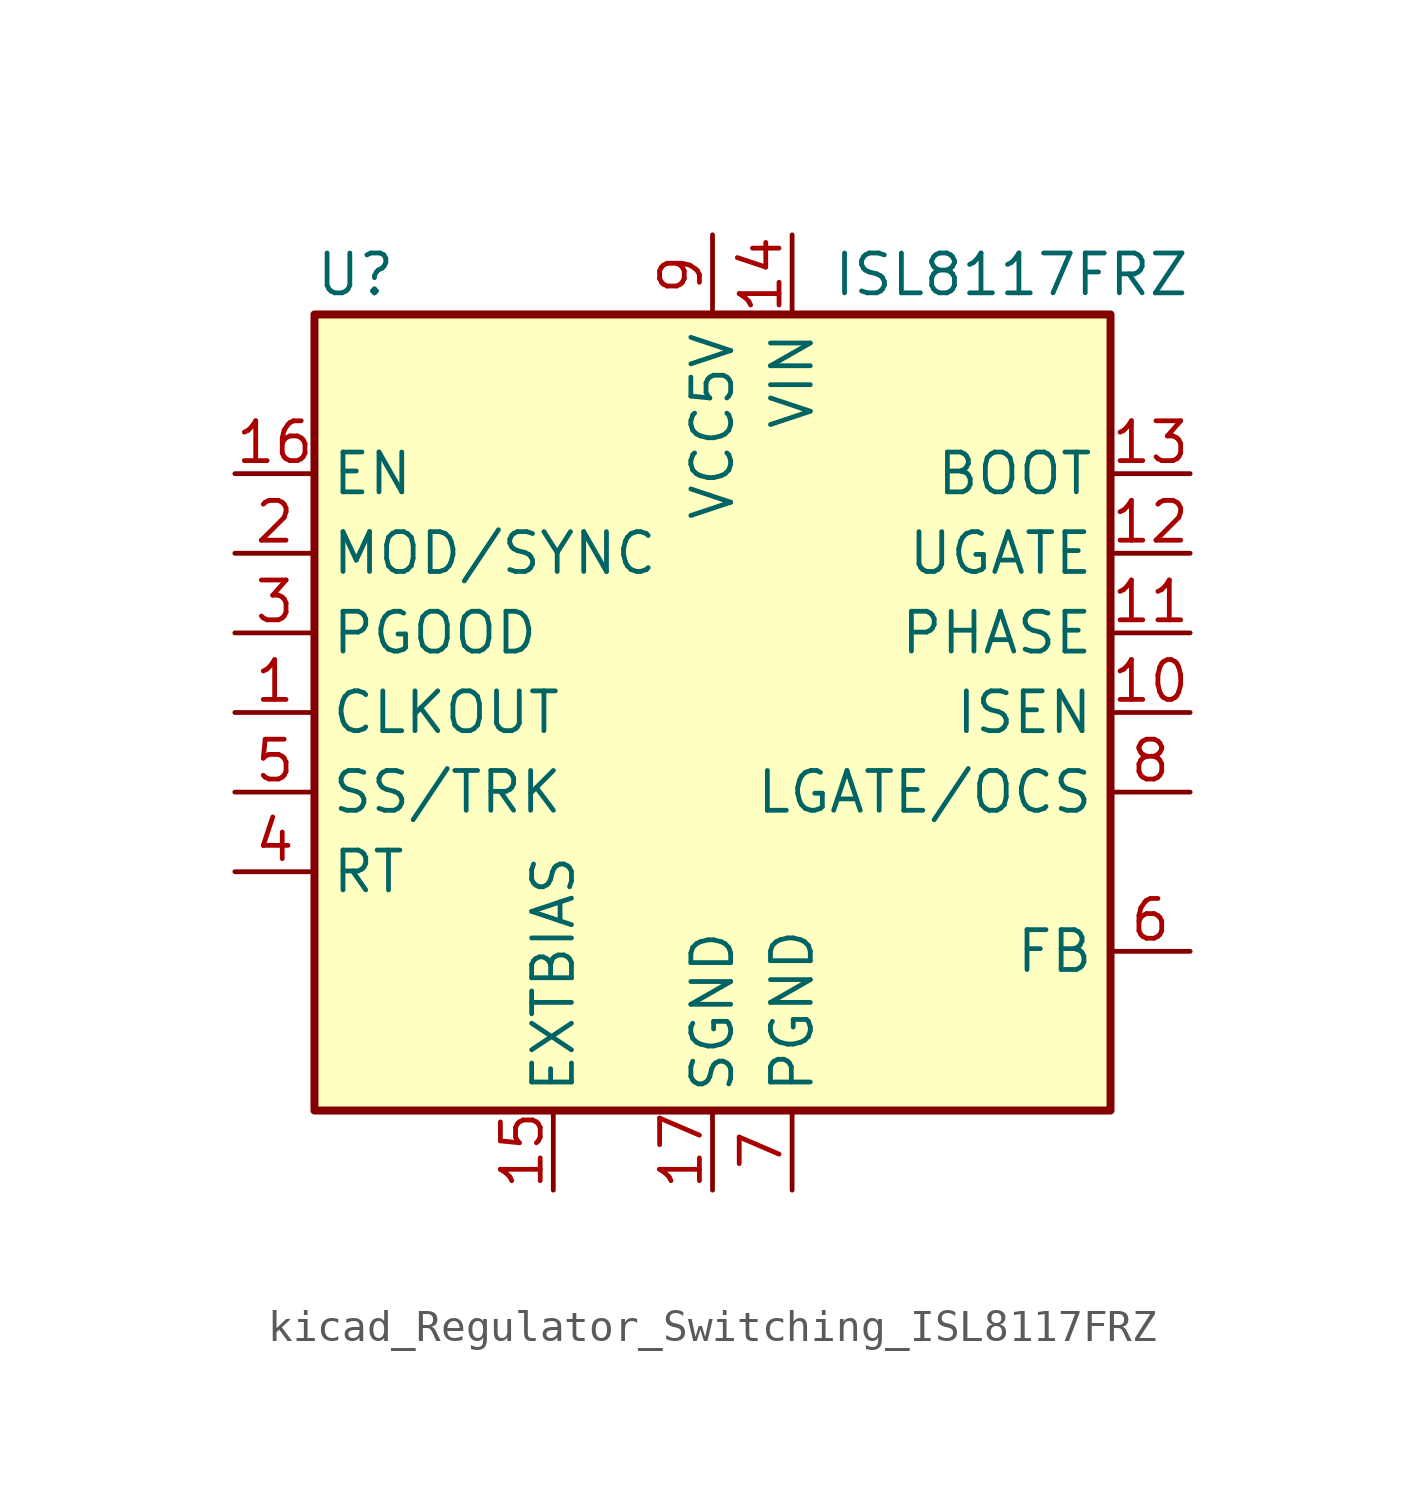
<source format=kicad_sym>
(kicad_symbol_lib
  (version 20220914)
  (generator kicad_symbol_editor)
  (symbol "kicad_Regulator_Switching_ISL8117FRZ"
    (property "Reference" "U"
      (at -12.7 13.97 0)
      (effects (font (size 1.27 1.27)) (justify left)))
    (property "Value" "ISL8117FRZ"
      (at 3.81 13.97 0)
      (effects (font (size 1.27 1.27)) (justify left)))
    (symbol "kicad_Regulator_Switching_ISL8117FRZ_0_1"
      (rectangle (start -12.7 12.7) (end 12.7 -12.7) (stroke (width 0.254) (type default)) (fill (type background))))
    (symbol "kicad_Regulator_Switching_ISL8117FRZ_1_1"
      (pin input line (at -15.24 0 0) (length 2.54) (name "CLKOUT" (effects (font (size 1.27 1.27)))) (number "1" (effects (font (size 1.27 1.27)))))
      (pin input line (at 15.24 0 180) (length 2.54) (name "ISEN" (effects (font (size 1.27 1.27)))) (number "10" (effects (font (size 1.27 1.27)))))
      (pin input line (at 15.24 2.54 180) (length 2.54) (name "PHASE" (effects (font (size 1.27 1.27)))) (number "11" (effects (font (size 1.27 1.27)))))
      (pin output line (at 15.24 5.08 180) (length 2.54) (name "UGATE" (effects (font (size 1.27 1.27)))) (number "12" (effects (font (size 1.27 1.27)))))
      (pin input line (at 15.24 7.62 180) (length 2.54) (name "BOOT" (effects (font (size 1.27 1.27)))) (number "13" (effects (font (size 1.27 1.27)))))
      (pin power_in line (at 2.54 15.24 270) (length 2.54) (name "VIN" (effects (font (size 1.27 1.27)))) (number "14" (effects (font (size 1.27 1.27)))))
      (pin input line (at -5.08 -15.24 90) (length 2.54) (name "EXTBIAS" (effects (font (size 1.27 1.27)))) (number "15" (effects (font (size 1.27 1.27)))))
      (pin input line (at -15.24 7.62 0) (length 2.54) (name "EN" (effects (font (size 1.27 1.27)))) (number "16" (effects (font (size 1.27 1.27)))))
      (pin power_in line (at 0 -15.24 90) (length 2.54) (name "SGND" (effects (font (size 1.27 1.27)))) (number "17" (effects (font (size 1.27 1.27)))))
      (pin input line (at -15.24 5.08 0) (length 2.54) (name "MOD/SYNC" (effects (font (size 1.27 1.27)))) (number "2" (effects (font (size 1.27 1.27)))))
      (pin input line (at -15.24 2.54 0) (length 2.54) (name "PGOOD" (effects (font (size 1.27 1.27)))) (number "3" (effects (font (size 1.27 1.27)))))
      (pin input line (at -15.24 -5.08 0) (length 2.54) (name "RT" (effects (font (size 1.27 1.27)))) (number "4" (effects (font (size 1.27 1.27)))))
      (pin input line (at -15.24 -2.54 0) (length 2.54) (name "SS/TRK" (effects (font (size 1.27 1.27)))) (number "5" (effects (font (size 1.27 1.27)))))
      (pin input line (at 15.24 -7.62 180) (length 2.54) (name "FB" (effects (font (size 1.27 1.27)))) (number "6" (effects (font (size 1.27 1.27)))))
      (pin power_in line (at 2.54 -15.24 90) (length 2.54) (name "PGND" (effects (font (size 1.27 1.27)))) (number "7" (effects (font (size 1.27 1.27)))))
      (pin input line (at 15.24 -2.54 180) (length 2.54) (name "LGATE/OCS" (effects (font (size 1.27 1.27)))) (number "8" (effects (font (size 1.27 1.27)))))
      (pin power_in line (at 0 15.24 270) (length 2.54) (name "VCC5V" (effects (font (size 1.27 1.27)))) (number "9" (effects (font (size 1.27 1.27))))))))
</source>
